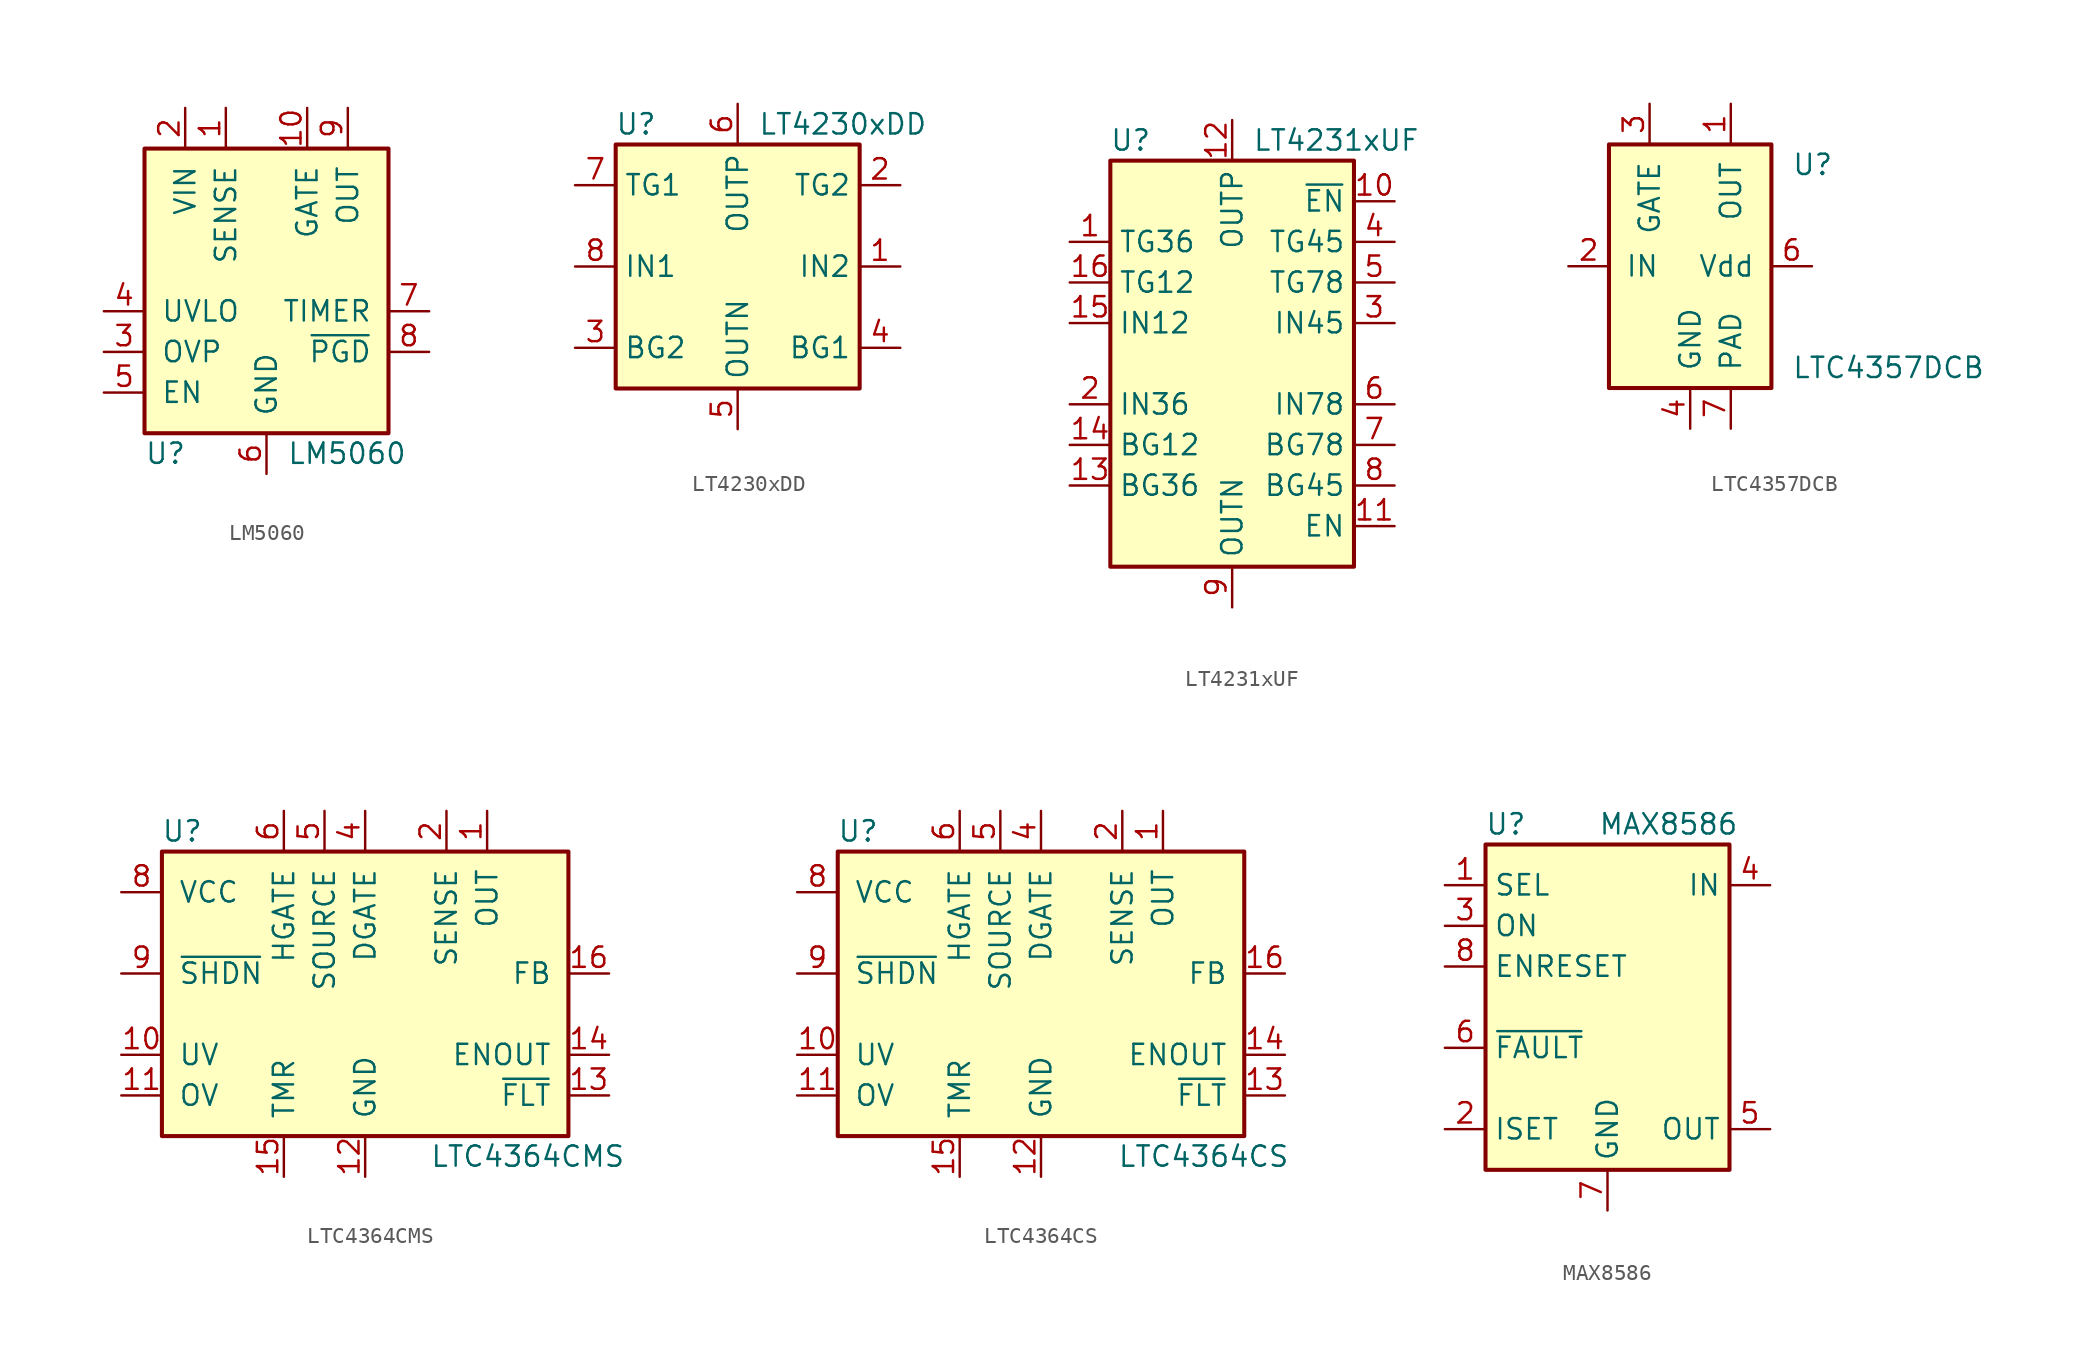
<source format=kicad_sym>
(kicad_symbol_lib
  (version 20231120)
  (generator "kicad_symbol_editor")
  (generator_version "8.0")
  (symbol "LM5060"
    (pin_names
      (offset 1.016))
    (property "Reference" "U"
      (at -7.62 -11.43 0)
      (effects (font (size 1.27 1.27)) (justify left)))
    (property "Value" "LM5060"
      (at 1.27 -11.43 0)
      (effects (font (size 1.27 1.27)) (justify left)))
    (symbol "LM5060_0_1"
      (rectangle (start 7.62 7.62) (end -7.62 -10.16) (stroke (width 0.254) (type default)) (fill (type background))))
    (symbol "LM5060_1_0"
      (pin power_in line (at 0 -12.7 90) (length 2.54) (name "GND" (effects (font (size 1.27 1.27)))) (number "6" (effects (font (size 1.27 1.27))))))
    (symbol "LM5060_1_1"
      (pin input line (at -2.54 10.16 270) (length 2.54) (name "SENSE" (effects (font (size 1.27 1.27)))) (number "1" (effects (font (size 1.27 1.27)))))
      (pin output line (at 2.54 10.16 270) (length 2.54) (name "GATE" (effects (font (size 1.27 1.27)))) (number "10" (effects (font (size 1.27 1.27)))))
      (pin power_in line (at -5.08 10.16 270) (length 2.54) (name "VIN" (effects (font (size 1.27 1.27)))) (number "2" (effects (font (size 1.27 1.27)))))
      (pin input line (at -10.16 -5.08 0) (length 2.54) (name "OVP" (effects (font (size 1.27 1.27)))) (number "3" (effects (font (size 1.27 1.27)))))
      (pin input line (at -10.16 -2.54 0) (length 2.54) (name "UVLO" (effects (font (size 1.27 1.27)))) (number "4" (effects (font (size 1.27 1.27)))))
      (pin input line (at -10.16 -7.62 0) (length 2.54) (name "EN" (effects (font (size 1.27 1.27)))) (number "5" (effects (font (size 1.27 1.27)))))
      (pin input line (at 10.16 -2.54 180) (length 2.54) (name "TIMER" (effects (font (size 1.27 1.27)))) (number "7" (effects (font (size 1.27 1.27)))))
      (pin open_collector line (at 10.16 -5.08 180) (length 2.54) (name "~{PGD}" (effects (font (size 1.27 1.27)))) (number "8" (effects (font (size 1.27 1.27)))))
      (pin input line (at 5.08 10.16 270) (length 2.54) (name "OUT" (effects (font (size 1.27 1.27)))) (number "9" (effects (font (size 1.27 1.27)))))))
  (symbol "LT4230xDD"
    (property "Reference" "U"
      (at -6.35 8.89 0)
      (effects (font (size 1.27 1.27))))
    (property "Value" "LT4230xDD"
      (at 1.27 8.89 0)
      (effects (font (size 1.27 1.27)) (justify left)))
    (symbol "LT4230xDD_0_1"
      (rectangle (start -7.62 7.62) (end 7.62 -7.62) (stroke (width 0.254) (type default)) (fill (type background))))
    (symbol "LT4230xDD_1_1"
      (pin power_in line (at 10.16 0 180) (length 2.54) (name "IN2" (effects (font (size 1.27 1.27)))) (number "1" (effects (font (size 1.27 1.27)))))
      (pin output line (at 10.16 5.08 180) (length 2.54) (name "TG2" (effects (font (size 1.27 1.27)))) (number "2" (effects (font (size 1.27 1.27)))))
      (pin output line (at -10.16 -5.08 0) (length 2.54) (name "BG2" (effects (font (size 1.27 1.27)))) (number "3" (effects (font (size 1.27 1.27)))))
      (pin output line (at 10.16 -5.08 180) (length 2.54) (name "BG1" (effects (font (size 1.27 1.27)))) (number "4" (effects (font (size 1.27 1.27)))))
      (pin power_in line (at 0 -10.16 90) (length 2.54) (name "OUTN" (effects (font (size 1.27 1.27)))) (number "5" (effects (font (size 1.27 1.27)))))
      (pin power_in line (at 0 10.16 270) (length 2.54) (name "OUTP" (effects (font (size 1.27 1.27)))) (number "6" (effects (font (size 1.27 1.27)))))
      (pin output line (at -10.16 5.08 0) (length 2.54) (name "TG1" (effects (font (size 1.27 1.27)))) (number "7" (effects (font (size 1.27 1.27)))))
      (pin power_in line (at -10.16 0 0) (length 2.54) (name "IN1" (effects (font (size 1.27 1.27)))) (number "8" (effects (font (size 1.27 1.27)))))
      (pin passive line (at 0 -10.16 90) (length 2.54) hide (name "OUTN" (effects (font (size 1.27 1.27)))) (number "9" (effects (font (size 1.27 1.27)))))))
  (symbol "LT4231xUF"
    (property "Reference" "U"
      (at -6.35 13.97 0)
      (effects (font (size 1.27 1.27))))
    (property "Value" "LT4231xUF"
      (at 1.27 13.97 0)
      (effects (font (size 1.27 1.27)) (justify left)))
    (symbol "LT4231xUF_0_1"
      (rectangle (start -7.62 12.7) (end 7.62 -12.7) (stroke (width 0.254) (type default)) (fill (type background))))
    (symbol "LT4231xUF_1_1"
      (pin output line (at -10.16 7.62 0) (length 2.54) (name "TG36" (effects (font (size 1.27 1.27)))) (number "1" (effects (font (size 1.27 1.27)))))
      (pin output line (at 10.16 10.16 180) (length 2.54) (name "~{EN}" (effects (font (size 1.27 1.27)))) (number "10" (effects (font (size 1.27 1.27)))))
      (pin output line (at 10.16 -10.16 180) (length 2.54) (name "EN" (effects (font (size 1.27 1.27)))) (number "11" (effects (font (size 1.27 1.27)))))
      (pin power_in line (at 0 15.24 270) (length 2.54) (name "OUTP" (effects (font (size 1.27 1.27)))) (number "12" (effects (font (size 1.27 1.27)))))
      (pin output line (at -10.16 -7.62 0) (length 2.54) (name "BG36" (effects (font (size 1.27 1.27)))) (number "13" (effects (font (size 1.27 1.27)))))
      (pin output line (at -10.16 -5.08 0) (length 2.54) (name "BG12" (effects (font (size 1.27 1.27)))) (number "14" (effects (font (size 1.27 1.27)))))
      (pin power_in line (at -10.16 2.54 0) (length 2.54) (name "IN12" (effects (font (size 1.27 1.27)))) (number "15" (effects (font (size 1.27 1.27)))))
      (pin output line (at -10.16 5.08 0) (length 2.54) (name "TG12" (effects (font (size 1.27 1.27)))) (number "16" (effects (font (size 1.27 1.27)))))
      (pin passive line (at 0 -15.24 90) (length 2.54) hide (name "OUTN" (effects (font (size 1.27 1.27)))) (number "17" (effects (font (size 1.27 1.27)))))
      (pin power_in line (at -10.16 -2.54 0) (length 2.54) (name "IN36" (effects (font (size 1.27 1.27)))) (number "2" (effects (font (size 1.27 1.27)))))
      (pin power_in line (at 10.16 2.54 180) (length 2.54) (name "IN45" (effects (font (size 1.27 1.27)))) (number "3" (effects (font (size 1.27 1.27)))))
      (pin output line (at 10.16 7.62 180) (length 2.54) (name "TG45" (effects (font (size 1.27 1.27)))) (number "4" (effects (font (size 1.27 1.27)))))
      (pin output line (at 10.16 5.08 180) (length 2.54) (name "TG78" (effects (font (size 1.27 1.27)))) (number "5" (effects (font (size 1.27 1.27)))))
      (pin power_in line (at 10.16 -2.54 180) (length 2.54) (name "IN78" (effects (font (size 1.27 1.27)))) (number "6" (effects (font (size 1.27 1.27)))))
      (pin output line (at 10.16 -5.08 180) (length 2.54) (name "BG78" (effects (font (size 1.27 1.27)))) (number "7" (effects (font (size 1.27 1.27)))))
      (pin output line (at 10.16 -7.62 180) (length 2.54) (name "BG45" (effects (font (size 1.27 1.27)))) (number "8" (effects (font (size 1.27 1.27)))))
      (pin power_in line (at 0 -15.24 90) (length 2.54) (name "OUTN" (effects (font (size 1.27 1.27)))) (number "9" (effects (font (size 1.27 1.27)))))))
  (symbol "LTC4357DCB"
    (pin_names
      (offset 1.016))
    (property "Reference" "U"
      (at 6.35 6.35 0)
      (effects (font (size 1.27 1.27)) (justify left)))
    (property "Value" "LTC4357DCB"
      (at 6.35 -6.35 0)
      (effects (font (size 1.27 1.27)) (justify left)))
    (symbol "LTC4357DCB_0_1"
      (rectangle (start -5.08 7.62) (end 5.08 -7.62) (stroke (width 0.254) (type default)) (fill (type background))))
    (symbol "LTC4357DCB_1_1"
      (pin input line (at 2.54 10.16 270) (length 2.54) (name "OUT" (effects (font (size 1.27 1.27)))) (number "1" (effects (font (size 1.27 1.27)))))
      (pin input line (at -7.62 0 0) (length 2.54) (name "IN" (effects (font (size 1.27 1.27)))) (number "2" (effects (font (size 1.27 1.27)))))
      (pin output line (at -2.54 10.16 270) (length 2.54) (name "GATE" (effects (font (size 1.27 1.27)))) (number "3" (effects (font (size 1.27 1.27)))))
      (pin power_in line (at 0 -10.16 90) (length 2.54) (name "GND" (effects (font (size 1.27 1.27)))) (number "4" (effects (font (size 1.27 1.27)))))
      (pin no_connect line (at -5.08 -2.54 0) (length 2.54) hide (name "NC" (effects (font (size 1.27 1.27)))) (number "5" (effects (font (size 1.27 1.27)))))
      (pin power_in line (at 7.62 0 180) (length 2.54) (name "Vdd" (effects (font (size 1.27 1.27)))) (number "6" (effects (font (size 1.27 1.27)))))
      (pin power_in line (at 2.54 -10.16 90) (length 2.54) (name "PAD" (effects (font (size 1.27 1.27)))) (number "7" (effects (font (size 1.27 1.27)))))))
  (symbol "LTC4364CMS"
    (pin_names
      (offset 1.016))
    (property "Reference" "U"
      (at -11.43 8.89 0)
      (effects (font (size 1.27 1.27))))
    (property "Value" "LTC4364CMS"
      (at 10.16 -11.43 0)
      (effects (font (size 1.27 1.27))))
    (symbol "LTC4364CMS_0_1"
      (rectangle (start -12.7 7.62) (end 12.7 -10.16) (stroke (width 0.254) (type default)) (fill (type background))))
    (symbol "LTC4364CMS_1_1"
      (pin input line (at 7.62 10.16 270) (length 2.54) (name "OUT" (effects (font (size 1.27 1.27)))) (number "1" (effects (font (size 1.27 1.27)))))
      (pin input line (at -15.24 -5.08 0) (length 2.54) (name "UV" (effects (font (size 1.27 1.27)))) (number "10" (effects (font (size 1.27 1.27)))))
      (pin input line (at -15.24 -7.62 0) (length 2.54) (name "OV" (effects (font (size 1.27 1.27)))) (number "11" (effects (font (size 1.27 1.27)))))
      (pin power_in line (at 0 -12.7 90) (length 2.54) (name "GND" (effects (font (size 1.27 1.27)))) (number "12" (effects (font (size 1.27 1.27)))))
      (pin open_collector line (at 15.24 -7.62 180) (length 2.54) (name "~{FLT}" (effects (font (size 1.27 1.27)))) (number "13" (effects (font (size 1.27 1.27)))))
      (pin open_collector line (at 15.24 -5.08 180) (length 2.54) (name "ENOUT" (effects (font (size 1.27 1.27)))) (number "14" (effects (font (size 1.27 1.27)))))
      (pin input line (at -5.08 -12.7 90) (length 2.54) (name "TMR" (effects (font (size 1.27 1.27)))) (number "15" (effects (font (size 1.27 1.27)))))
      (pin input line (at 15.24 0 180) (length 2.54) (name "FB" (effects (font (size 1.27 1.27)))) (number "16" (effects (font (size 1.27 1.27)))))
      (pin input line (at 5.08 10.16 270) (length 2.54) (name "SENSE" (effects (font (size 1.27 1.27)))) (number "2" (effects (font (size 1.27 1.27)))))
      (pin no_connect line (at 12.7 2.54 180) (length 2.54) hide (name "NC" (effects (font (size 1.27 1.27)))) (number "3" (effects (font (size 1.27 1.27)))))
      (pin output line (at 0 10.16 270) (length 2.54) (name "DGATE" (effects (font (size 1.27 1.27)))) (number "4" (effects (font (size 1.27 1.27)))))
      (pin input line (at -2.54 10.16 270) (length 2.54) (name "SOURCE" (effects (font (size 1.27 1.27)))) (number "5" (effects (font (size 1.27 1.27)))))
      (pin output line (at -5.08 10.16 270) (length 2.54) (name "HGATE" (effects (font (size 1.27 1.27)))) (number "6" (effects (font (size 1.27 1.27)))))
      (pin no_connect line (at 12.7 5.08 180) (length 2.54) hide (name "NC" (effects (font (size 1.27 1.27)))) (number "7" (effects (font (size 1.27 1.27)))))
      (pin power_in line (at -15.24 5.08 0) (length 2.54) (name "VCC" (effects (font (size 1.27 1.27)))) (number "8" (effects (font (size 1.27 1.27)))))
      (pin input line (at -15.24 0 0) (length 2.54) (name "~{SHDN}" (effects (font (size 1.27 1.27)))) (number "9" (effects (font (size 1.27 1.27)))))))
  (symbol "LTC4364CS"
    (pin_names
      (offset 1.016))
    (property "Reference" "U"
      (at -11.43 8.89 0)
      (effects (font (size 1.27 1.27))))
    (property "Value" "LTC4364CS"
      (at 10.16 -11.43 0)
      (effects (font (size 1.27 1.27))))
    (symbol "LTC4364CS_0_1"
      (rectangle (start -12.7 7.62) (end 12.7 -10.16) (stroke (width 0.254) (type default)) (fill (type background))))
    (symbol "LTC4364CS_1_1"
      (pin input line (at 7.62 10.16 270) (length 2.54) (name "OUT" (effects (font (size 1.27 1.27)))) (number "1" (effects (font (size 1.27 1.27)))))
      (pin input line (at -15.24 -5.08 0) (length 2.54) (name "UV" (effects (font (size 1.27 1.27)))) (number "10" (effects (font (size 1.27 1.27)))))
      (pin input line (at -15.24 -7.62 0) (length 2.54) (name "OV" (effects (font (size 1.27 1.27)))) (number "11" (effects (font (size 1.27 1.27)))))
      (pin power_in line (at 0 -12.7 90) (length 2.54) (name "GND" (effects (font (size 1.27 1.27)))) (number "12" (effects (font (size 1.27 1.27)))))
      (pin open_collector line (at 15.24 -7.62 180) (length 2.54) (name "~{FLT}" (effects (font (size 1.27 1.27)))) (number "13" (effects (font (size 1.27 1.27)))))
      (pin open_collector line (at 15.24 -5.08 180) (length 2.54) (name "ENOUT" (effects (font (size 1.27 1.27)))) (number "14" (effects (font (size 1.27 1.27)))))
      (pin input line (at -5.08 -12.7 90) (length 2.54) (name "TMR" (effects (font (size 1.27 1.27)))) (number "15" (effects (font (size 1.27 1.27)))))
      (pin input line (at 15.24 0 180) (length 2.54) (name "FB" (effects (font (size 1.27 1.27)))) (number "16" (effects (font (size 1.27 1.27)))))
      (pin input line (at 5.08 10.16 270) (length 2.54) (name "SENSE" (effects (font (size 1.27 1.27)))) (number "2" (effects (font (size 1.27 1.27)))))
      (pin no_connect line (at 12.7 2.54 180) (length 2.54) hide (name "NC" (effects (font (size 1.27 1.27)))) (number "3" (effects (font (size 1.27 1.27)))))
      (pin output line (at 0 10.16 270) (length 2.54) (name "DGATE" (effects (font (size 1.27 1.27)))) (number "4" (effects (font (size 1.27 1.27)))))
      (pin input line (at -2.54 10.16 270) (length 2.54) (name "SOURCE" (effects (font (size 1.27 1.27)))) (number "5" (effects (font (size 1.27 1.27)))))
      (pin output line (at -5.08 10.16 270) (length 2.54) (name "HGATE" (effects (font (size 1.27 1.27)))) (number "6" (effects (font (size 1.27 1.27)))))
      (pin no_connect line (at 12.7 5.08 180) (length 2.54) hide (name "NC" (effects (font (size 1.27 1.27)))) (number "7" (effects (font (size 1.27 1.27)))))
      (pin power_in line (at -15.24 5.08 0) (length 2.54) (name "VCC" (effects (font (size 1.27 1.27)))) (number "8" (effects (font (size 1.27 1.27)))))
      (pin input line (at -15.24 0 0) (length 2.54) (name "~{SHDN}" (effects (font (size 1.27 1.27)))) (number "9" (effects (font (size 1.27 1.27)))))))
  (symbol "MAX8586"
    (property "Reference" "U"
      (at -6.35 11.43 0)
      (effects (font (size 1.27 1.27))))
    (property "Value" "MAX8586"
      (at 3.81 11.43 0)
      (effects (font (size 1.27 1.27))))
    (symbol "MAX8586_0_1"
      (rectangle (start -7.62 10.16) (end 7.62 -10.16) (stroke (width 0.254) (type default)) (fill (type background))))
    (symbol "MAX8586_1_1"
      (pin input line (at -10.16 7.62 0) (length 2.54) (name "SEL" (effects (font (size 1.27 1.27)))) (number "1" (effects (font (size 1.27 1.27)))))
      (pin input line (at -10.16 -7.62 0) (length 2.54) (name "ISET" (effects (font (size 1.27 1.27)))) (number "2" (effects (font (size 1.27 1.27)))))
      (pin input line (at -10.16 5.08 0) (length 2.54) (name "ON" (effects (font (size 1.27 1.27)))) (number "3" (effects (font (size 1.27 1.27)))))
      (pin power_in line (at 10.16 7.62 180) (length 2.54) (name "IN" (effects (font (size 1.27 1.27)))) (number "4" (effects (font (size 1.27 1.27)))))
      (pin power_out line (at 10.16 -7.62 180) (length 2.54) (name "OUT" (effects (font (size 1.27 1.27)))) (number "5" (effects (font (size 1.27 1.27)))))
      (pin open_collector line (at -10.16 -2.54 0) (length 2.54) (name "~{FAULT}" (effects (font (size 1.27 1.27)))) (number "6" (effects (font (size 1.27 1.27)))))
      (pin power_in line (at 0 -12.7 90) (length 2.54) (name "GND" (effects (font (size 1.27 1.27)))) (number "7" (effects (font (size 1.27 1.27)))))
      (pin input line (at -10.16 2.54 0) (length 2.54) (name "ENRESET" (effects (font (size 1.27 1.27)))) (number "8" (effects (font (size 1.27 1.27)))))
      (pin passive line (at 0 -12.7 90) (length 2.54) hide (name "GND" (effects (font (size 1.27 1.27)))) (number "9" (effects (font (size 1.27 1.27))))))))
</source>
